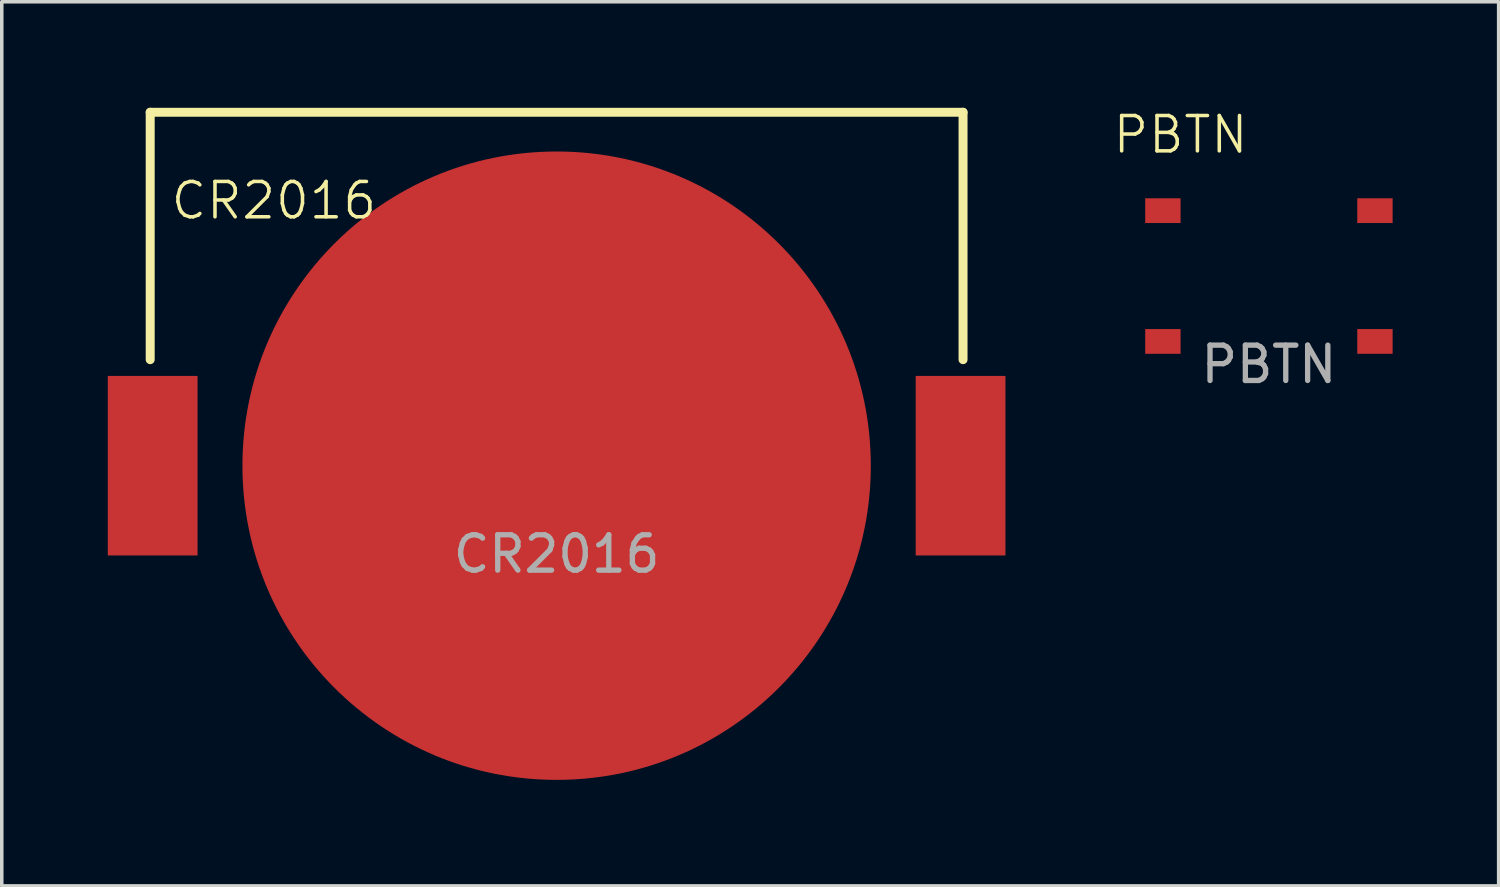
<source format=kicad_pcb>
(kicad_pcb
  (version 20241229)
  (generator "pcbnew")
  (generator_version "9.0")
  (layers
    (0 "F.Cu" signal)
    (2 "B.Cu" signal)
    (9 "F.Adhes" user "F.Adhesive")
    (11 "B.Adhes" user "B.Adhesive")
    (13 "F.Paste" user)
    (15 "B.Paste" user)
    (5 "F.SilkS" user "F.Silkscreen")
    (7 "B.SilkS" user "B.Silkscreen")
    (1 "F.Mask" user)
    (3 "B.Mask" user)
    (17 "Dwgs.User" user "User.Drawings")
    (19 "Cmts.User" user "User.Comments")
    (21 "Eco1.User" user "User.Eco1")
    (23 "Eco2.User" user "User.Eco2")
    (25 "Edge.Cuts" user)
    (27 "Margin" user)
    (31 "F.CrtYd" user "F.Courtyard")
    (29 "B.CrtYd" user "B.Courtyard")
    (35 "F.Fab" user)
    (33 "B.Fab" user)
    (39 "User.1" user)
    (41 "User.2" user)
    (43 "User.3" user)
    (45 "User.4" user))
  (footprint "PBTN"
    (layer "F.Cu")
    (at 32.855 4.761)
    (property "Reference" "PBTN" (at -2.5 -4 0) (unlocked yes) (layer "F.SilkS") (effects (font (size 1 1) (thickness 0.1))))
    (attr smd)
    (fp_text user "${REFERENCE}" (at 0 2.5 0) (unlocked yes) (layer "F.Fab") (effects (font (size 1 1) (thickness 0.15))))
    (pad "1" smd rect (at -3 -1.85) (size 1 0.7) (layers "F.Cu" "F.Mask" "F.Paste"))
    (pad "1" smd rect (at 3 -1.85) (size 1 0.7) (layers "F.Cu" "F.Mask" "F.Paste"))
    (pad "2" smd rect (at -3 1.85) (size 1 0.7) (layers "F.Cu" "F.Mask" "F.Paste"))
    (pad "2" smd rect (at 3 1.85) (size 1 0.7) (layers "F.Cu" "F.Mask" "F.Paste")))
  (footprint "CR2016"
    (layer "F.Cu")
    (at 12.7 10.127)
    (property "Reference" "CR2016" (at -8 -7.5 0) (unlocked yes) (layer "F.SilkS") (effects (font (size 1 1) (thickness 0.1))))
    (attr smd)
    (fp_line (start -11.5 -10) (end 11.5 -10) (stroke (width 0.254) (type default)) (layer "F.SilkS"))
    (fp_line (start -11.5 -3) (end -11.5 -10) (stroke (width 0.254) (type default)) (layer "F.SilkS"))
    (fp_line (start 11.5 -10) (end 11.5 -3) (stroke (width 0.254) (type default)) (layer "F.SilkS"))
    (fp_text user "${REFERENCE}" (at 0 2.5 0) (unlocked yes) (layer "F.Fab") (effects (font (size 1 1) (thickness 0.15))))
    (pad "1" smd rect (at -11.43 0) (size 2.54 5.08) (layers "F.Cu" "F.Mask" "F.Paste"))
    (pad "1" smd rect (at 11.43 0) (size 2.54 5.08) (layers "F.Cu" "F.Mask" "F.Paste"))
    (pad "2" smd circle (at 0 0) (size 17.78 17.78) (layers "F.Cu" "F.Mask" "F.Paste")))
  (gr_rect
    (start -3 -3)
    (end 39.355 22.017)
    (stroke (width 0.1) (type default))
    (fill no)
    (layer "Edge.Cuts")))
</source>
